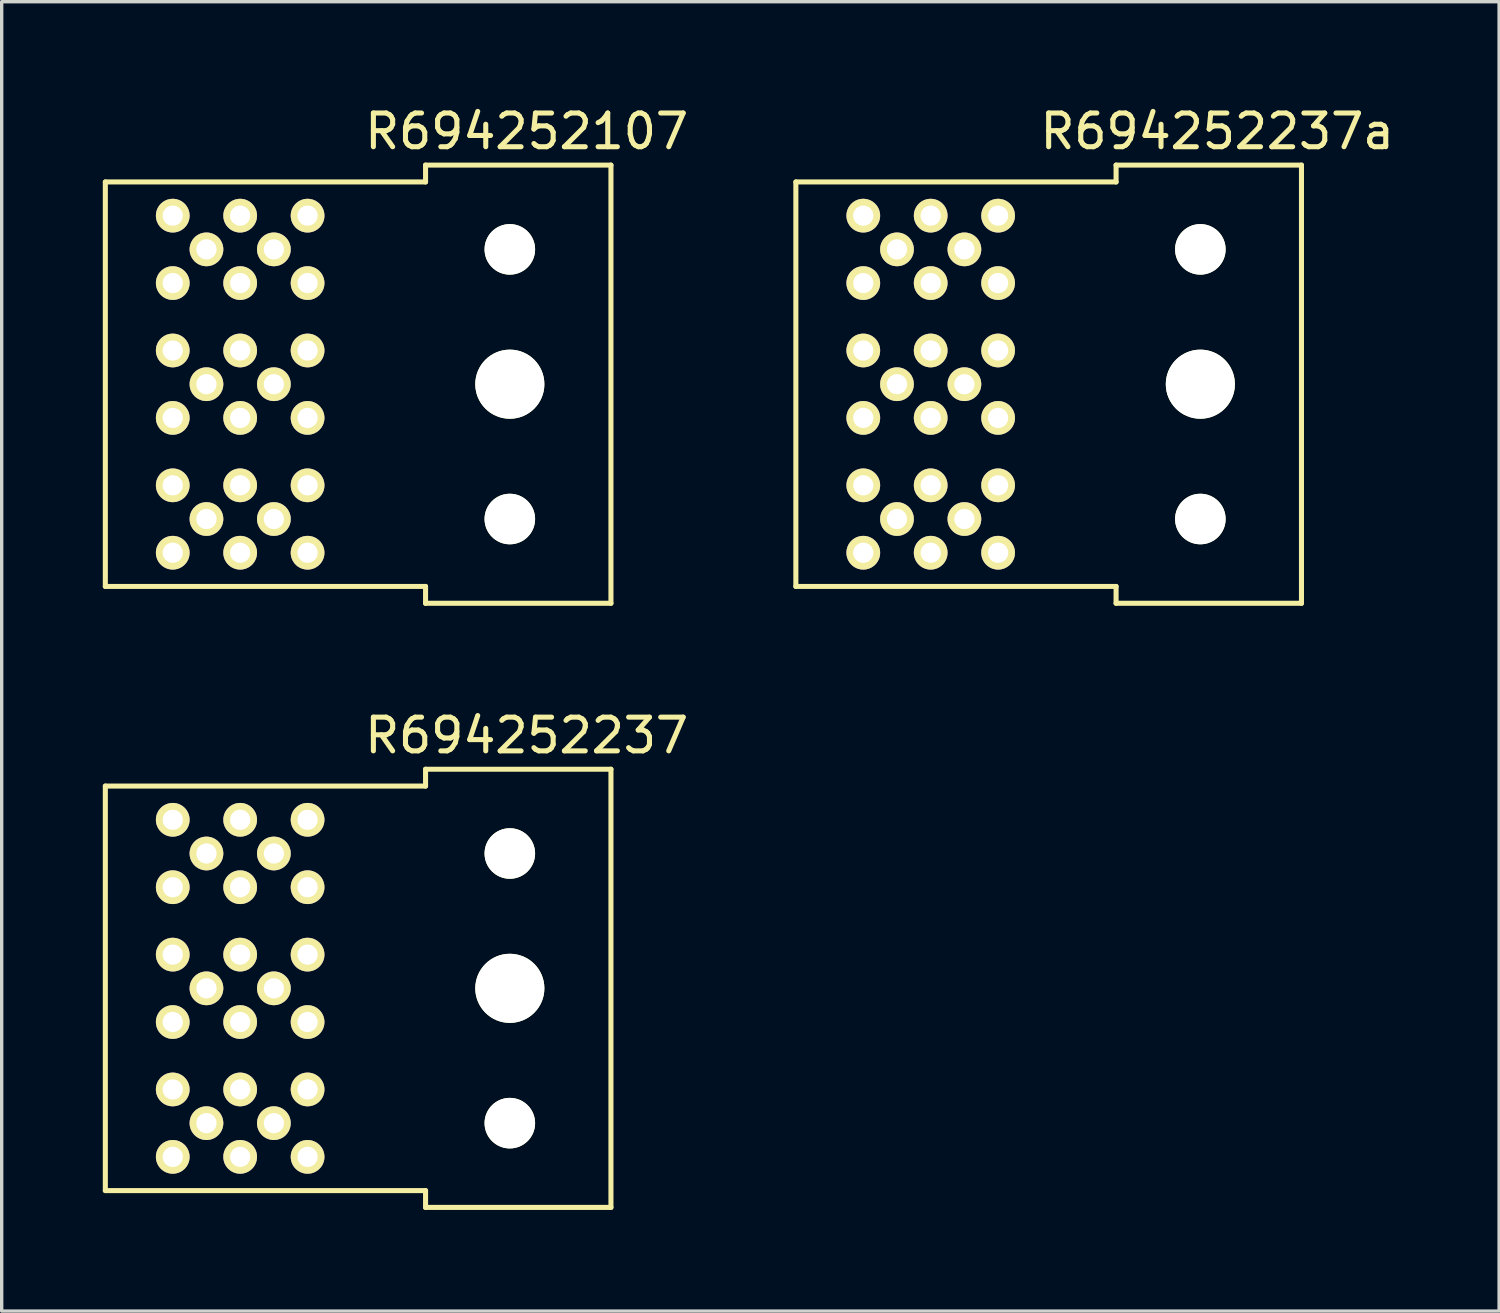
<source format=kicad_pcb>
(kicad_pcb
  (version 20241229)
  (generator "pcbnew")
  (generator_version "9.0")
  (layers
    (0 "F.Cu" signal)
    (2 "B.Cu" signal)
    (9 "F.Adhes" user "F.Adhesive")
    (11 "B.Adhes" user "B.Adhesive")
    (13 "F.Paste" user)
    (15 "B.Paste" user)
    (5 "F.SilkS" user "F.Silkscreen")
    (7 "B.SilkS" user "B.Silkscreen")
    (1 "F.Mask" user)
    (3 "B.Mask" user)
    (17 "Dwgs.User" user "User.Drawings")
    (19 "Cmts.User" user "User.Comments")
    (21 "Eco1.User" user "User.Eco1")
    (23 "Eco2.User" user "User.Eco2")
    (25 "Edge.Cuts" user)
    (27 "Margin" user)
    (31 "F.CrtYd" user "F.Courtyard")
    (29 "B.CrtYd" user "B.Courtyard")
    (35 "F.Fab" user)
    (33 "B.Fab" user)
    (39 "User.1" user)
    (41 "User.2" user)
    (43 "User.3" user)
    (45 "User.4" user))
  (footprint "R694252237a"
    (layer "F.Cu")
    (at 35.561 8.348)
    (property "Reference" "R694252237a" (at -2.5 -7.5 0) (layer "F.SilkS") (effects (font (size 1 1) (thickness 0.15))))
    (attr through_hole)
    (fp_line (start -15 -6) (end -15 6) (stroke (width 0.15) (type solid)) (layer "F.SilkS"))
    (fp_line (start -15 6) (end -5.5 6) (stroke (width 0.15) (type solid)) (layer "F.SilkS"))
    (fp_line (start -5.5 -6.5) (end -5.5 -6) (stroke (width 0.15) (type solid)) (layer "F.SilkS"))
    (fp_line (start -5.5 -6) (end -15 -6) (stroke (width 0.15) (type solid)) (layer "F.SilkS"))
    (fp_line (start -5.5 6) (end -5.5 6.5) (stroke (width 0.15) (type solid)) (layer "F.SilkS"))
    (fp_line (start -5.5 6.5) (end 0 6.5) (stroke (width 0.15) (type solid)) (layer "F.SilkS"))
    (fp_line (start 0 -6.5) (end -5.5 -6.5) (stroke (width 0.15) (type solid)) (layer "F.SilkS"))
    (fp_line (start 0 6.5) (end 0 -6.5) (stroke (width 0.15) (type solid)) (layer "F.SilkS"))
    (pad "" np_thru_hole circle (at -3 -4) (size 1.5 1.5) (drill 1.5) (layers "*.Cu" "*.Mask" "F.SilkS"))
    (pad "" np_thru_hole circle (at -3 0) (size 2.05 2.05) (drill 2.05) (layers "*.Cu" "*.Mask" "F.SilkS"))
    (pad "" np_thru_hole circle (at -3 4) (size 1.5 1.5) (drill 1.5) (layers "*.Cu" "*.Mask" "F.SilkS"))
    (pad "1A" thru_hole circle (at -10 -4) (size 1 1) (drill 0.6) (layers "*.Cu" "*.Mask" "F.SilkS"))
    (pad "1B" thru_hole circle (at -12 -4) (size 1 1) (drill 0.6) (layers "*.Cu" "*.Mask" "F.SilkS"))
    (pad "1C" thru_hole circle (at -9 -5) (size 1 1) (drill 0.6) (layers "*.Cu" "*.Mask" "F.SilkS"))
    (pad "1D" thru_hole circle (at -11 -5) (size 1 1) (drill 0.6) (layers "*.Cu" "*.Mask" "F.SilkS"))
    (pad "1E" thru_hole circle (at -13 -5) (size 1 1) (drill 0.6) (layers "*.Cu" "*.Mask" "F.SilkS"))
    (pad "1F" thru_hole circle (at -9 -3) (size 1 1) (drill 0.6) (layers "*.Cu" "*.Mask" "F.SilkS"))
    (pad "1G" thru_hole circle (at -11 -3) (size 1 1) (drill 0.6) (layers "*.Cu" "*.Mask" "F.SilkS"))
    (pad "1H" thru_hole circle (at -13 -3) (size 1 1) (drill 0.6) (layers "*.Cu" "*.Mask" "F.SilkS"))
    (pad "2A" thru_hole circle (at -10 0) (size 1 1) (drill 0.6) (layers "*.Cu" "*.Mask" "F.SilkS"))
    (pad "2B" thru_hole circle (at -12 0) (size 1 1) (drill 0.6) (layers "*.Cu" "*.Mask" "F.SilkS"))
    (pad "2C" thru_hole circle (at -9 -1) (size 1 1) (drill 0.6) (layers "*.Cu" "*.Mask" "F.SilkS"))
    (pad "2D" thru_hole circle (at -11 -1) (size 1 1) (drill 0.6) (layers "*.Cu" "*.Mask" "F.SilkS"))
    (pad "2E" thru_hole circle (at -13 -1) (size 1 1) (drill 0.6) (layers "*.Cu" "*.Mask" "F.SilkS"))
    (pad "2F" thru_hole circle (at -9 1) (size 1 1) (drill 0.6) (layers "*.Cu" "*.Mask" "F.SilkS"))
    (pad "2G" thru_hole circle (at -11 1) (size 1 1) (drill 0.6) (layers "*.Cu" "*.Mask" "F.SilkS"))
    (pad "2H" thru_hole circle (at -13 1) (size 1 1) (drill 0.6) (layers "*.Cu" "*.Mask" "F.SilkS"))
    (pad "3A" thru_hole circle (at -10 4) (size 1 1) (drill 0.6) (layers "*.Cu" "*.Mask" "F.SilkS"))
    (pad "3B" thru_hole circle (at -12 4) (size 1 1) (drill 0.6) (layers "*.Cu" "*.Mask" "F.SilkS"))
    (pad "3C" thru_hole circle (at -9 3) (size 1 1) (drill 0.6) (layers "*.Cu" "*.Mask" "F.SilkS"))
    (pad "3D" thru_hole circle (at -11 3) (size 1 1) (drill 0.6) (layers "*.Cu" "*.Mask" "F.SilkS"))
    (pad "3E" thru_hole circle (at -13 3) (size 1 1) (drill 0.6) (layers "*.Cu" "*.Mask" "F.SilkS"))
    (pad "3F" thru_hole circle (at -9 5) (size 1 1) (drill 0.6) (layers "*.Cu" "*.Mask" "F.SilkS"))
    (pad "3G" thru_hole circle (at -11 5) (size 1 1) (drill 0.6) (layers "*.Cu" "*.Mask" "F.SilkS"))
    (pad "3H" thru_hole circle (at -13 5) (size 1 1) (drill 0.6) (layers "*.Cu" "*.Mask" "F.SilkS")))
  (footprint "R694252107"
    (layer "F.Cu")
    (at 15.075 8.348)
    (property "Reference" "R694252107" (at -2.5 -7.5 0) (layer "F.SilkS") (effects (font (size 1 1) (thickness 0.15))))
    (attr through_hole)
    (fp_line (start -15 -6) (end -15 6) (stroke (width 0.15) (type solid)) (layer "F.SilkS"))
    (fp_line (start -15 6) (end -5.5 6) (stroke (width 0.15) (type solid)) (layer "F.SilkS"))
    (fp_line (start -5.5 -6.5) (end -5.5 -6) (stroke (width 0.15) (type solid)) (layer "F.SilkS"))
    (fp_line (start -5.5 -6) (end -15 -6) (stroke (width 0.15) (type solid)) (layer "F.SilkS"))
    (fp_line (start -5.5 6) (end -5.5 6.5) (stroke (width 0.15) (type solid)) (layer "F.SilkS"))
    (fp_line (start -5.5 6.5) (end 0 6.5) (stroke (width 0.15) (type solid)) (layer "F.SilkS"))
    (fp_line (start 0 -6.5) (end -5.5 -6.5) (stroke (width 0.15) (type solid)) (layer "F.SilkS"))
    (fp_line (start 0 6.5) (end 0 -6.5) (stroke (width 0.15) (type solid)) (layer "F.SilkS"))
    (pad "" np_thru_hole circle (at -3 -4) (size 1.5 1.5) (drill 1.5) (layers "*.Cu" "*.Mask" "F.SilkS"))
    (pad "" np_thru_hole circle (at -3 0) (size 2.05 2.05) (drill 2.05) (layers "*.Cu" "*.Mask" "F.SilkS"))
    (pad "" np_thru_hole circle (at -3 4) (size 1.5 1.5) (drill 1.5) (layers "*.Cu" "*.Mask" "F.SilkS"))
    (pad "1A" thru_hole circle (at -10 -4) (size 1 1) (drill 0.6) (layers "*.Cu" "*.Mask" "F.SilkS"))
    (pad "1B" thru_hole circle (at -12 -4) (size 1 1) (drill 0.6) (layers "*.Cu" "*.Mask" "F.SilkS"))
    (pad "1C" thru_hole circle (at -9 -5) (size 1 1) (drill 0.6) (layers "*.Cu" "*.Mask" "F.SilkS"))
    (pad "1D" thru_hole circle (at -11 -5) (size 1 1) (drill 0.6) (layers "*.Cu" "*.Mask" "F.SilkS"))
    (pad "1E" thru_hole circle (at -13 -5) (size 1 1) (drill 0.6) (layers "*.Cu" "*.Mask" "F.SilkS"))
    (pad "1F" thru_hole circle (at -9 -3) (size 1 1) (drill 0.6) (layers "*.Cu" "*.Mask" "F.SilkS"))
    (pad "1G" thru_hole circle (at -11 -3) (size 1 1) (drill 0.6) (layers "*.Cu" "*.Mask" "F.SilkS"))
    (pad "1H" thru_hole circle (at -13 -3) (size 1 1) (drill 0.6) (layers "*.Cu" "*.Mask" "F.SilkS"))
    (pad "2A" thru_hole circle (at -10 0) (size 1 1) (drill 0.6) (layers "*.Cu" "*.Mask" "F.SilkS"))
    (pad "2B" thru_hole circle (at -12 0) (size 1 1) (drill 0.6) (layers "*.Cu" "*.Mask" "F.SilkS"))
    (pad "2C" thru_hole circle (at -9 -1) (size 1 1) (drill 0.6) (layers "*.Cu" "*.Mask" "F.SilkS"))
    (pad "2D" thru_hole circle (at -11 -1) (size 1 1) (drill 0.6) (layers "*.Cu" "*.Mask" "F.SilkS"))
    (pad "2E" thru_hole circle (at -13 -1) (size 1 1) (drill 0.6) (layers "*.Cu" "*.Mask" "F.SilkS"))
    (pad "2F" thru_hole circle (at -9 1) (size 1 1) (drill 0.6) (layers "*.Cu" "*.Mask" "F.SilkS"))
    (pad "2G" thru_hole circle (at -11 1) (size 1 1) (drill 0.6) (layers "*.Cu" "*.Mask" "F.SilkS"))
    (pad "2H" thru_hole circle (at -13 1) (size 1 1) (drill 0.6) (layers "*.Cu" "*.Mask" "F.SilkS"))
    (pad "3A" thru_hole circle (at -10 4) (size 1 1) (drill 0.6) (layers "*.Cu" "*.Mask" "F.SilkS"))
    (pad "3B" thru_hole circle (at -12 4) (size 1 1) (drill 0.6) (layers "*.Cu" "*.Mask" "F.SilkS"))
    (pad "3C" thru_hole circle (at -9 3) (size 1 1) (drill 0.6) (layers "*.Cu" "*.Mask" "F.SilkS"))
    (pad "3D" thru_hole circle (at -11 3) (size 1 1) (drill 0.6) (layers "*.Cu" "*.Mask" "F.SilkS"))
    (pad "3E" thru_hole circle (at -13 3) (size 1 1) (drill 0.6) (layers "*.Cu" "*.Mask" "F.SilkS"))
    (pad "3F" thru_hole circle (at -9 5) (size 1 1) (drill 0.6) (layers "*.Cu" "*.Mask" "F.SilkS"))
    (pad "3G" thru_hole circle (at -11 5) (size 1 1) (drill 0.6) (layers "*.Cu" "*.Mask" "F.SilkS"))
    (pad "3H" thru_hole circle (at -13 5) (size 1 1) (drill 0.6) (layers "*.Cu" "*.Mask" "F.SilkS")))
  (footprint "R694252237"
    (layer "F.Cu")
    (at 15.075 26.271)
    (property "Reference" "R694252237" (at -2.5 -7.5 0) (layer "F.SilkS") (effects (font (size 1 1) (thickness 0.15))))
    (attr through_hole)
    (fp_line (start -15 -6) (end -15 6) (stroke (width 0.15) (type solid)) (layer "F.SilkS"))
    (fp_line (start -15 6) (end -5.5 6) (stroke (width 0.15) (type solid)) (layer "F.SilkS"))
    (fp_line (start -5.5 -6.5) (end -5.5 -6) (stroke (width 0.15) (type solid)) (layer "F.SilkS"))
    (fp_line (start -5.5 -6) (end -15 -6) (stroke (width 0.15) (type solid)) (layer "F.SilkS"))
    (fp_line (start -5.5 6) (end -5.5 6.5) (stroke (width 0.15) (type solid)) (layer "F.SilkS"))
    (fp_line (start -5.5 6.5) (end 0 6.5) (stroke (width 0.15) (type solid)) (layer "F.SilkS"))
    (fp_line (start 0 -6.5) (end -5.5 -6.5) (stroke (width 0.15) (type solid)) (layer "F.SilkS"))
    (fp_line (start 0 6.5) (end 0 -6.5) (stroke (width 0.15) (type solid)) (layer "F.SilkS"))
    (pad "" np_thru_hole circle (at -3 -4) (size 1.5 1.5) (drill 1.5) (layers "*.Cu" "*.Mask" "F.SilkS"))
    (pad "" np_thru_hole circle (at -3 0) (size 2.05 2.05) (drill 2.05) (layers "*.Cu" "*.Mask" "F.SilkS"))
    (pad "" np_thru_hole circle (at -3 4) (size 1.5 1.5) (drill 1.5) (layers "*.Cu" "*.Mask" "F.SilkS"))
    (pad "1" thru_hole circle (at -10 -4) (size 1 1) (drill 0.6) (layers "*.Cu" "*.Mask" "F.SilkS"))
    (pad "1A" thru_hole circle (at -9 -5) (size 1 1) (drill 0.6) (layers "*.Cu" "*.Mask" "F.SilkS"))
    (pad "1B" thru_hole circle (at -9 -3) (size 1 1) (drill 0.6) (layers "*.Cu" "*.Mask" "F.SilkS"))
    (pad "1C" thru_hole circle (at -11 -3) (size 1 1) (drill 0.6) (layers "*.Cu" "*.Mask" "F.SilkS"))
    (pad "1D" thru_hole circle (at -11 -5) (size 1 1) (drill 0.6) (layers "*.Cu" "*.Mask" "F.SilkS"))
    (pad "2" thru_hole circle (at -12 -4) (size 1 1) (drill 0.6) (layers "*.Cu" "*.Mask" "F.SilkS"))
    (pad "2A" thru_hole circle (at -13 -5) (size 1 1) (drill 0.6) (layers "*.Cu" "*.Mask" "F.SilkS"))
    (pad "2B" thru_hole circle (at -13 -3) (size 1 1) (drill 0.6) (layers "*.Cu" "*.Mask" "F.SilkS"))
    (pad "3" thru_hole circle (at -10 0) (size 1 1) (drill 0.6) (layers "*.Cu" "*.Mask" "F.SilkS"))
    (pad "3A" thru_hole circle (at -9 -1) (size 1 1) (drill 0.6) (layers "*.Cu" "*.Mask" "F.SilkS"))
    (pad "3B" thru_hole circle (at -9 1) (size 1 1) (drill 0.6) (layers "*.Cu" "*.Mask" "F.SilkS"))
    (pad "3C" thru_hole circle (at -11 1) (size 1 1) (drill 0.6) (layers "*.Cu" "*.Mask" "F.SilkS"))
    (pad "3D" thru_hole circle (at -11 -1) (size 1 1) (drill 0.6) (layers "*.Cu" "*.Mask" "F.SilkS"))
    (pad "4" thru_hole circle (at -12 0) (size 1 1) (drill 0.6) (layers "*.Cu" "*.Mask" "F.SilkS"))
    (pad "4A" thru_hole circle (at -13 -1) (size 1 1) (drill 0.6) (layers "*.Cu" "*.Mask" "F.SilkS"))
    (pad "4B" thru_hole circle (at -13 1) (size 1 1) (drill 0.6) (layers "*.Cu" "*.Mask" "F.SilkS"))
    (pad "5" thru_hole circle (at -10 4) (size 1 1) (drill 0.6) (layers "*.Cu" "*.Mask" "F.SilkS"))
    (pad "5A" thru_hole circle (at -9 3) (size 1 1) (drill 0.6) (layers "*.Cu" "*.Mask" "F.SilkS"))
    (pad "5B" thru_hole circle (at -9 5) (size 1 1) (drill 0.6) (layers "*.Cu" "*.Mask" "F.SilkS"))
    (pad "5C" thru_hole circle (at -11 5) (size 1 1) (drill 0.6) (layers "*.Cu" "*.Mask" "F.SilkS"))
    (pad "5D" thru_hole circle (at -11 3) (size 1 1) (drill 0.6) (layers "*.Cu" "*.Mask" "F.SilkS"))
    (pad "6" thru_hole circle (at -12 4) (size 1 1) (drill 0.6) (layers "*.Cu" "*.Mask" "F.SilkS"))
    (pad "6A" thru_hole circle (at -13 3) (size 1 1) (drill 0.6) (layers "*.Cu" "*.Mask" "F.SilkS"))
    (pad "6B" thru_hole circle (at -13 5) (size 1 1) (drill 0.6) (layers "*.Cu" "*.Mask" "F.SilkS")))
  (gr_rect
    (start -3 -3)
    (end 41.424 35.846)
    (stroke (width 0.1) (type default))
    (fill no)
    (layer "Edge.Cuts")))
</source>
